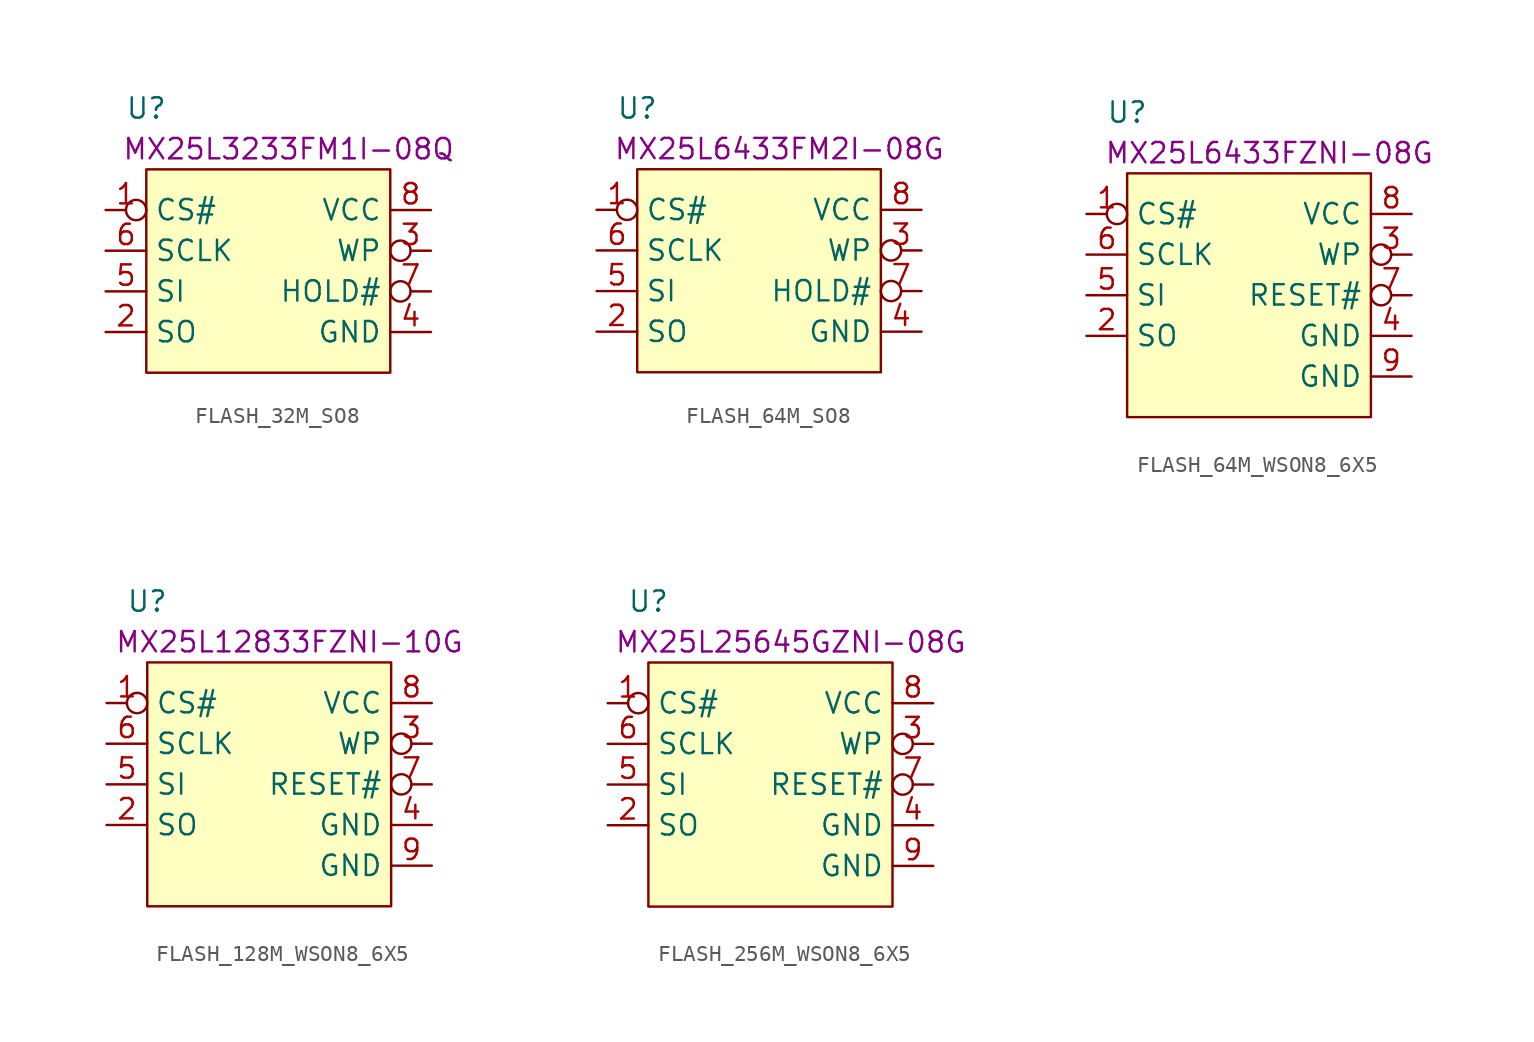
<source format=kicad_sym>
(kicad_symbol_lib
  (version 20211014)
  (generator kicad_symbol_editor)
  (symbol "FLASH_32M_SO8"
    (property "Reference" "U"
      (at 2.54 6.35 0)
      (effects (font (size 1.27 1.27))))
    (property "P/N" "MX25L3233FM1I-08Q"
      (at 11.43 3.81 0)
      (effects (font (size 1.27 1.27))))
    (symbol "FLASH_32M_SO8_0_0"
      (pin input inverted (at 0 0 0) (length 2.54) (name "CS#" (effects (font (size 1.27 1.27)))) (number "1" (effects (font (size 1.27 1.27)))))
      (pin output line (at 0 -7.62 0) (length 2.54) (name "SO" (effects (font (size 1.27 1.27)))) (number "2" (effects (font (size 1.27 1.27)))) (alternate "SIO1" bidirectional line))
      (pin passive inverted (at 20.32 -2.54 180) (length 2.54) (name "WP" (effects (font (size 1.27 1.27)))) (number "3" (effects (font (size 1.27 1.27)))) (alternate "SIO2" bidirectional line))
      (pin power_in line (at 20.32 -7.62 180) (length 2.54) (name "GND" (effects (font (size 1.27 1.27)))) (number "4" (effects (font (size 1.27 1.27)))))
      (pin input line (at 0 -5.08 0) (length 2.54) (name "SI" (effects (font (size 1.27 1.27)))) (number "5" (effects (font (size 1.27 1.27)))) (alternate "SIO0" bidirectional line))
      (pin input line (at 0 -2.54 0) (length 2.54) (name "SCLK" (effects (font (size 1.27 1.27)))) (number "6" (effects (font (size 1.27 1.27)))))
      (pin passive inverted (at 20.32 -5.08 180) (length 2.54) (name "HOLD#" (effects (font (size 1.27 1.27)))) (number "7" (effects (font (size 1.27 1.27)))) (alternate "SIO3" bidirectional line))
      (pin power_in line (at 20.32 0 180) (length 2.54) (name "VCC" (effects (font (size 1.27 1.27)))) (number "8" (effects (font (size 1.27 1.27))))))
    (symbol "FLASH_32M_SO8_0_1"
      (rectangle (start 2.54 2.54) (end 17.78 -10.16) (stroke (width 0) (type default) (color 0 0 0 0)) (fill (type background)))))
  (symbol "FLASH_64M_SO8"
    (property "Reference" "U"
      (at 2.54 6.35 0)
      (effects (font (size 1.27 1.27))))
    (property "P/N" "MX25L6433FM2I-08G"
      (at 11.43 3.81 0)
      (effects (font (size 1.27 1.27))))
    (symbol "FLASH_64M_SO8_0_0"
      (pin input inverted (at 0 0 0) (length 2.54) (name "CS#" (effects (font (size 1.27 1.27)))) (number "1" (effects (font (size 1.27 1.27)))))
      (pin output line (at 0 -7.62 0) (length 2.54) (name "SO" (effects (font (size 1.27 1.27)))) (number "2" (effects (font (size 1.27 1.27)))) (alternate "SIO1" bidirectional line))
      (pin passive inverted (at 20.32 -2.54 180) (length 2.54) (name "WP" (effects (font (size 1.27 1.27)))) (number "3" (effects (font (size 1.27 1.27)))) (alternate "SIO2" bidirectional line))
      (pin power_in line (at 20.32 -7.62 180) (length 2.54) (name "GND" (effects (font (size 1.27 1.27)))) (number "4" (effects (font (size 1.27 1.27)))))
      (pin input line (at 0 -5.08 0) (length 2.54) (name "SI" (effects (font (size 1.27 1.27)))) (number "5" (effects (font (size 1.27 1.27)))) (alternate "SIO0" bidirectional line))
      (pin input line (at 0 -2.54 0) (length 2.54) (name "SCLK" (effects (font (size 1.27 1.27)))) (number "6" (effects (font (size 1.27 1.27)))))
      (pin passive inverted (at 20.32 -5.08 180) (length 2.54) (name "HOLD#" (effects (font (size 1.27 1.27)))) (number "7" (effects (font (size 1.27 1.27)))) (alternate "SIO3" bidirectional line))
      (pin power_in line (at 20.32 0 180) (length 2.54) (name "VCC" (effects (font (size 1.27 1.27)))) (number "8" (effects (font (size 1.27 1.27))))))
    (symbol "FLASH_64M_SO8_0_1"
      (rectangle (start 2.54 2.54) (end 17.78 -10.16) (stroke (width 0) (type default) (color 0 0 0 0)) (fill (type background)))))
  (symbol "FLASH_64M_WSON8_6X5"
    (property "Reference" "U"
      (at 2.54 6.35 0)
      (effects (font (size 1.27 1.27))))
    (property "P/N" "MX25L6433FZNI-08G"
      (at 11.43 3.81 0)
      (effects (font (size 1.27 1.27))))
    (symbol "FLASH_64M_WSON8_6X5_0_0"
      (pin input inverted (at 0 0 0) (length 2.54) (name "CS#" (effects (font (size 1.27 1.27)))) (number "1" (effects (font (size 1.27 1.27)))))
      (pin output line (at 0 -7.62 0) (length 2.54) (name "SO" (effects (font (size 1.27 1.27)))) (number "2" (effects (font (size 1.27 1.27)))) (alternate "SIO1" bidirectional line))
      (pin passive inverted (at 20.32 -2.54 180) (length 2.54) (name "WP" (effects (font (size 1.27 1.27)))) (number "3" (effects (font (size 1.27 1.27)))) (alternate "SIO2" bidirectional line))
      (pin power_in line (at 20.32 -7.62 180) (length 2.54) (name "GND" (effects (font (size 1.27 1.27)))) (number "4" (effects (font (size 1.27 1.27)))))
      (pin input line (at 0 -5.08 0) (length 2.54) (name "SI" (effects (font (size 1.27 1.27)))) (number "5" (effects (font (size 1.27 1.27)))) (alternate "SIO0" bidirectional line))
      (pin input line (at 0 -2.54 0) (length 2.54) (name "SCLK" (effects (font (size 1.27 1.27)))) (number "6" (effects (font (size 1.27 1.27)))))
      (pin passive inverted (at 20.32 -5.08 180) (length 2.54) (name "RESET#" (effects (font (size 1.27 1.27)))) (number "7" (effects (font (size 1.27 1.27)))) (alternate "SIO3" bidirectional line))
      (pin power_in line (at 20.32 0 180) (length 2.54) (name "VCC" (effects (font (size 1.27 1.27)))) (number "8" (effects (font (size 1.27 1.27)))))
      (pin power_in line (at 20.32 -10.16 180) (length 2.54) (name "GND" (effects (font (size 1.27 1.27)))) (number "9" (effects (font (size 1.27 1.27))))))
    (symbol "FLASH_64M_WSON8_6X5_0_1"
      (rectangle (start 2.54 2.54) (end 17.78 -12.7) (stroke (width 0) (type default) (color 0 0 0 0)) (fill (type background)))))
  (symbol "FLASH_128M_WSON8_6X5"
    (property "Reference" "U"
      (at 2.54 6.35 0)
      (effects (font (size 1.27 1.27))))
    (property "P/N" "MX25L12833FZNI-10G"
      (at 11.43 3.81 0)
      (effects (font (size 1.27 1.27))))
    (symbol "FLASH_128M_WSON8_6X5_0_0"
      (pin input inverted (at 0 0 0) (length 2.54) (name "CS#" (effects (font (size 1.27 1.27)))) (number "1" (effects (font (size 1.27 1.27)))))
      (pin output line (at 0 -7.62 0) (length 2.54) (name "SO" (effects (font (size 1.27 1.27)))) (number "2" (effects (font (size 1.27 1.27)))) (alternate "SIO1" bidirectional line))
      (pin passive inverted (at 20.32 -2.54 180) (length 2.54) (name "WP" (effects (font (size 1.27 1.27)))) (number "3" (effects (font (size 1.27 1.27)))) (alternate "SIO2" bidirectional line))
      (pin power_in line (at 20.32 -7.62 180) (length 2.54) (name "GND" (effects (font (size 1.27 1.27)))) (number "4" (effects (font (size 1.27 1.27)))))
      (pin input line (at 0 -5.08 0) (length 2.54) (name "SI" (effects (font (size 1.27 1.27)))) (number "5" (effects (font (size 1.27 1.27)))) (alternate "SIO0" bidirectional line))
      (pin input line (at 0 -2.54 0) (length 2.54) (name "SCLK" (effects (font (size 1.27 1.27)))) (number "6" (effects (font (size 1.27 1.27)))))
      (pin passive inverted (at 20.32 -5.08 180) (length 2.54) (name "RESET#" (effects (font (size 1.27 1.27)))) (number "7" (effects (font (size 1.27 1.27)))) (alternate "SIO3" bidirectional line))
      (pin power_in line (at 20.32 0 180) (length 2.54) (name "VCC" (effects (font (size 1.27 1.27)))) (number "8" (effects (font (size 1.27 1.27)))))
      (pin power_in line (at 20.32 -10.16 180) (length 2.54) (name "GND" (effects (font (size 1.27 1.27)))) (number "9" (effects (font (size 1.27 1.27))))))
    (symbol "FLASH_128M_WSON8_6X5_0_1"
      (rectangle (start 2.54 2.54) (end 17.78 -12.7) (stroke (width 0) (type default) (color 0 0 0 0)) (fill (type background)))))
  (symbol "FLASH_256M_WSON8_6X5"
    (property "Reference" "U"
      (at 2.54 6.35 0)
      (effects (font (size 1.27 1.27))))
    (property "P/N" "MX25L25645GZNI-08G"
      (at 11.43 3.81 0)
      (effects (font (size 1.27 1.27))))
    (symbol "FLASH_256M_WSON8_6X5_0_0"
      (pin input inverted (at 0 0 0) (length 2.54) (name "CS#" (effects (font (size 1.27 1.27)))) (number "1" (effects (font (size 1.27 1.27)))))
      (pin output line (at 0 -7.62 0) (length 2.54) (name "SO" (effects (font (size 1.27 1.27)))) (number "2" (effects (font (size 1.27 1.27)))) (alternate "SIO1" bidirectional line))
      (pin passive inverted (at 20.32 -2.54 180) (length 2.54) (name "WP" (effects (font (size 1.27 1.27)))) (number "3" (effects (font (size 1.27 1.27)))) (alternate "SIO2" bidirectional line))
      (pin power_in line (at 20.32 -7.62 180) (length 2.54) (name "GND" (effects (font (size 1.27 1.27)))) (number "4" (effects (font (size 1.27 1.27)))))
      (pin input line (at 0 -5.08 0) (length 2.54) (name "SI" (effects (font (size 1.27 1.27)))) (number "5" (effects (font (size 1.27 1.27)))) (alternate "SIO0" bidirectional line))
      (pin input line (at 0 -2.54 0) (length 2.54) (name "SCLK" (effects (font (size 1.27 1.27)))) (number "6" (effects (font (size 1.27 1.27)))))
      (pin passive inverted (at 20.32 -5.08 180) (length 2.54) (name "RESET#" (effects (font (size 1.27 1.27)))) (number "7" (effects (font (size 1.27 1.27)))) (alternate "SIO3" bidirectional line))
      (pin power_in line (at 20.32 0 180) (length 2.54) (name "VCC" (effects (font (size 1.27 1.27)))) (number "8" (effects (font (size 1.27 1.27)))))
      (pin power_in line (at 20.32 -10.16 180) (length 2.54) (name "GND" (effects (font (size 1.27 1.27)))) (number "9" (effects (font (size 1.27 1.27))))))
    (symbol "FLASH_256M_WSON8_6X5_0_1"
      (rectangle (start 2.54 2.54) (end 17.78 -12.7) (stroke (width 0) (type default) (color 0 0 0 0)) (fill (type background))))))
</source>
